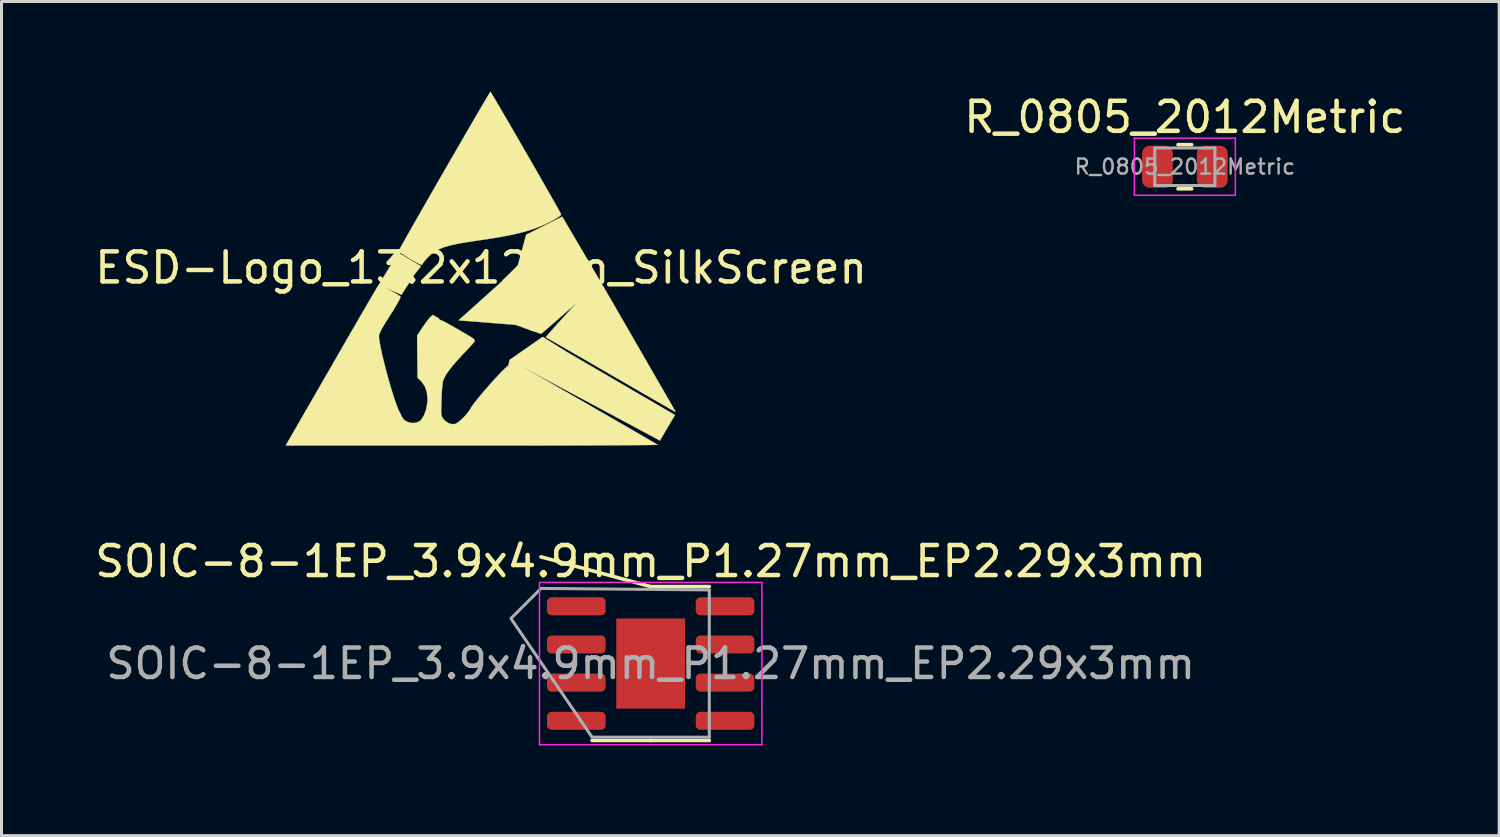
<source format=kicad_pcb>
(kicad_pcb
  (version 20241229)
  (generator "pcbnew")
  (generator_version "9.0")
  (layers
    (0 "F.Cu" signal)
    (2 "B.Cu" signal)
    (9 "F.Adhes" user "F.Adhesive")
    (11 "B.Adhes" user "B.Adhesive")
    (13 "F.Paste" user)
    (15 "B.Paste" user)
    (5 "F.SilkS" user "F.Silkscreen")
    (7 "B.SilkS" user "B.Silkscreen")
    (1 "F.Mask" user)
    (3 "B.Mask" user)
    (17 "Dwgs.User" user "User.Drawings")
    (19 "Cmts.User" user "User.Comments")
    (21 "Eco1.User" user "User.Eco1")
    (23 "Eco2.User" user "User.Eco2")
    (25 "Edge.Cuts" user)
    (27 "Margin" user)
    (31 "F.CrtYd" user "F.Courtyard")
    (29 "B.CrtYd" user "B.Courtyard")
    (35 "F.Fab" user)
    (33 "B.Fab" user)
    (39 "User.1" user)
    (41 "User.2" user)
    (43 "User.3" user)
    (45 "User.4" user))
  (footprint "R_0805_2012Metric"
    (layer "F.Cu")
    (at 36.375 2.498)
    (property "Reference" "R_0805_2012Metric" (at 0 -1.65 0) (layer "F.SilkS") (effects (font (size 1 1) (thickness 0.15))))
    (attr smd)
    (fp_line (start -0.227 -0.735) (end 0.227 -0.735) (stroke (width 0.12) (type solid)) (layer "F.SilkS"))
    (fp_line (start -0.227 0.735) (end 0.227 0.735) (stroke (width 0.12) (type solid)) (layer "F.SilkS"))
    (fp_line (start -1.68 -0.95) (end 1.68 -0.95) (stroke (width 0.05) (type solid)) (layer "F.CrtYd"))
    (fp_line (start -1.68 0.95) (end -1.68 -0.95) (stroke (width 0.05) (type solid)) (layer "F.CrtYd"))
    (fp_line (start 1.68 -0.95) (end 1.68 0.95) (stroke (width 0.05) (type solid)) (layer "F.CrtYd"))
    (fp_line (start 1.68 0.95) (end -1.68 0.95) (stroke (width 0.05) (type solid)) (layer "F.CrtYd"))
    (fp_line (start -1 -0.625) (end 1 -0.625) (stroke (width 0.1) (type solid)) (layer "F.Fab"))
    (fp_line (start -1 0.625) (end -1 -0.625) (stroke (width 0.1) (type solid)) (layer "F.Fab"))
    (fp_line (start 1 -0.625) (end 1 0.625) (stroke (width 0.1) (type solid)) (layer "F.Fab"))
    (fp_line (start 1 0.625) (end -1 0.625) (stroke (width 0.1) (type solid)) (layer "F.Fab"))
    (fp_text user "${REFERENCE}" (at 0 0 0) (layer "F.Fab") (effects (font (size 0.5 0.5) (thickness 0.08))))
    (pad "1" smd roundrect (at -0.912 0) (size 1.025 1.4) (layers "F.Cu" "F.Mask" "F.Paste") (roundrect_rratio 0.244))
    (pad "2" smd roundrect (at 0.912 0) (size 1.025 1.4) (layers "F.Cu" "F.Mask" "F.Paste") (roundrect_rratio 0.244)))
  (footprint "SOIC-8-1EP_3.9x4.9mm_P1.27mm_EP2.29x3mm"
    (layer "F.Cu")
    (at 18.601 19.029)
    (property "Reference" "SOIC-8-1EP_3.9x4.9mm_P1.27mm_EP2.29x3mm" (at 0 -3.4 0) (layer "F.SilkS") (effects (font (size 1 1) (thickness 0.15))))
    (attr smd)
    (fp_line (start 0 -2.56) (end -3.65 -3.55) (stroke (width 0.12) (type solid)) (layer "F.SilkS"))
    (fp_line (start 0 -2.56) (end 1.95 -2.56) (stroke (width 0.12) (type solid)) (layer "F.SilkS"))
    (fp_line (start 0 2.56) (end -1.95 2.56) (stroke (width 0.12) (type solid)) (layer "F.SilkS"))
    (fp_line (start 0 2.56) (end 1.95 2.56) (stroke (width 0.12) (type solid)) (layer "F.SilkS"))
    (fp_line (start -3.7 -2.7) (end -3.7 2.7) (stroke (width 0.05) (type solid)) (layer "F.CrtYd"))
    (fp_line (start -3.7 2.7) (end 3.7 2.7) (stroke (width 0.05) (type solid)) (layer "F.CrtYd"))
    (fp_line (start 3.7 -2.7) (end -3.7 -2.7) (stroke (width 0.05) (type solid)) (layer "F.CrtYd"))
    (fp_line (start 3.7 2.7) (end 3.7 -2.7) (stroke (width 0.05) (type solid)) (layer "F.CrtYd"))
    (fp_line (start -4.625 -1.525) (end -3.65 -2.5) (stroke (width 0.1) (type solid)) (layer "F.Fab"))
    (fp_line (start -3.65 -2.5) (end 1.95 -2.45) (stroke (width 0.1) (type solid)) (layer "F.Fab"))
    (fp_line (start -1.95 2.45) (end -4.65 -1.5) (stroke (width 0.1) (type solid)) (layer "F.Fab"))
    (fp_line (start 1.95 -2.45) (end 1.95 2.45) (stroke (width 0.1) (type solid)) (layer "F.Fab"))
    (fp_line (start 1.95 2.45) (end -1.95 2.45) (stroke (width 0.1) (type solid)) (layer "F.Fab"))
    (fp_text user "${REFERENCE}" (at 0 0 0) (layer "F.Fab") (effects (font (size 0.98 0.98) (thickness 0.15))))
    (pad "" smd roundrect (at -0.57 -0.75) (size 0.92 1.21) (layers "F.Paste") (roundrect_rratio 0.25))
    (pad "" smd roundrect (at -0.57 0.75) (size 0.92 1.21) (layers "F.Paste") (roundrect_rratio 0.25))
    (pad "" smd roundrect (at 0.57 -0.75) (size 0.92 1.21) (layers "F.Paste") (roundrect_rratio 0.25))
    (pad "" smd roundrect (at 0.57 0.75) (size 0.92 1.21) (layers "F.Paste") (roundrect_rratio 0.25))
    (pad "1" smd roundrect (at -2.475 -1.905) (size 1.95 0.6) (layers "F.Cu" "F.Mask" "F.Paste") (roundrect_rratio 0.25))
    (pad "2" smd roundrect (at -2.475 -0.635) (size 1.95 0.6) (layers "F.Cu" "F.Mask" "F.Paste") (roundrect_rratio 0.25))
    (pad "3" smd roundrect (at -2.475 0.635) (size 1.95 0.6) (layers "F.Cu" "F.Mask" "F.Paste") (roundrect_rratio 0.25))
    (pad "4" smd roundrect (at -2.475 1.905) (size 1.95 0.6) (layers "F.Cu" "F.Mask" "F.Paste") (roundrect_rratio 0.25))
    (pad "5" smd roundrect (at 2.475 1.905) (size 1.95 0.6) (layers "F.Cu" "F.Mask" "F.Paste") (roundrect_rratio 0.25))
    (pad "6" smd roundrect (at 2.475 0.635) (size 1.95 0.6) (layers "F.Cu" "F.Mask" "F.Paste") (roundrect_rratio 0.25))
    (pad "7" smd roundrect (at 2.475 -0.635) (size 1.95 0.6) (layers "F.Cu" "F.Mask" "F.Paste") (roundrect_rratio 0.25))
    (pad "8" smd roundrect (at 2.475 -1.905) (size 1.95 0.6) (layers "F.Cu" "F.Mask" "F.Paste") (roundrect_rratio 0.25))
    (pad "9" smd rect (at 0 0) (size 2.29 3) (layers "F.Cu" "F.Mask")))
  (footprint "ESD-Logo_13.2x12mm_SilkScreen"
    (layer "F.Cu")
    (at 12.958 5.859)
    (property "Reference" "ESD-Logo_13.2x12mm_SilkScreen" (at 0 0 0) (layer "F.SilkS") (effects (font (size 1 1) (thickness 0.15))))
    (attr exclude_from_pos_files exclude_from_bom)
    (fp_poly (pts (xy 3.975 0.469) (xy 3.998 0.507) (xy 4.049 0.595) (xy 4.126 0.727) (xy 4.226 0.9) (xy 4.348 1.109) (xy 4.487 1.35) (xy 4.642 1.619) (xy 4.811 1.91) (xy 4.99 2.221) (xy 5.174 2.54) (xy 5.362 2.866) (xy 5.543 3.179) (xy 5.713 3.475) (xy 5.871 3.748) (xy 6.014 3.995) (xy 6.138 4.211) (xy 6.242 4.391) (xy 6.322 4.53) (xy 6.377 4.625) (xy 6.403 4.67) (xy 6.445 4.745) (xy 6.468 4.792) (xy 6.469 4.8) (xy 6.441 4.784) (xy 6.364 4.74) (xy 6.241 4.67) (xy 6.077 4.575) (xy 5.875 4.459) (xy 5.64 4.324) (xy 5.375 4.171) (xy 5.085 4.003) (xy 4.774 3.824) (xy 4.446 3.634) (xy 4.321 3.561) (xy 3.987 3.368) (xy 3.668 3.184) (xy 3.369 3.011) (xy 3.093 2.852) (xy 2.844 2.709) (xy 2.628 2.584) (xy 2.447 2.48) (xy 2.306 2.399) (xy 2.208 2.344) (xy 2.159 2.317) (xy 2.154 2.314) (xy 2.169 2.29) (xy 2.221 2.228) (xy 2.305 2.131) (xy 2.415 2.007) (xy 2.547 1.861) (xy 2.694 1.699) (xy 2.852 1.526) (xy 3.015 1.349) (xy 3.179 1.172) (xy 2 2.2) (xy 1.7 2.1) (xy 1.15 1.9) (xy -0.75 1.75) (xy 1.2 0) (xy 1.5 -1.1) (xy 2.7 -1.7) (xy 3.975 0.469)) (stroke (width 0.01) (type solid)) (fill yes) (layer "F.SilkS"))
    (fp_poly (pts (xy 0.328 -5.828) (xy 0.374 -5.754) (xy 0.445 -5.635) (xy 0.538 -5.478) (xy 0.65 -5.287) (xy 0.778 -5.067) (xy 0.92 -4.825) (xy 1.071 -4.563) (xy 1.231 -4.288) (xy 1.394 -4.005) (xy 1.56 -3.718) (xy 1.724 -3.433) (xy 1.884 -3.155) (xy 2.037 -2.888) (xy 2.179 -2.638) (xy 2.309 -2.411) (xy 2.423 -2.21) (xy 2.519 -2.04) (xy 2.592 -1.908) (xy 2.641 -1.818) (xy 2.663 -1.775) (xy 2.664 -1.773) (xy 2.637 -1.736) (xy 2.562 -1.68) (xy 2.448 -1.611) (xy 2.305 -1.532) (xy 2.154 -1.458) (xy 1.949 -1.368) (xy 1.734 -1.288) (xy 1.5 -1.214) (xy 1.241 -1.146) (xy 0.949 -1.082) (xy 0.617 -1.02) (xy 0.238 -0.958) (xy -0.155 -0.9) (xy -0.496 -0.848) (xy -0.783 -0.798) (xy -1.022 -0.745) (xy -1.221 -0.687) (xy -1.386 -0.623) (xy -1.526 -0.549) (xy -1.647 -0.463) (xy -1.756 -0.362) (xy -1.792 -0.325) (xy -1.868 -0.238) (xy -1.925 -0.167) (xy -1.951 -0.125) (xy -1.951 -0.121) (xy -1.961 -0.1) (xy -1.992 -0.1) (xy -2.053 -0.123) (xy -2.15 -0.173) (xy -2.289 -0.252) (xy -2.385 -0.309) (xy -2.529 -0.398) (xy -2.641 -0.473) (xy -2.713 -0.531) (xy -2.738 -0.565) (xy -2.738 -0.565) (xy -2.722 -0.598) (xy -2.678 -0.679) (xy -2.608 -0.805) (xy -2.515 -0.97) (xy -2.401 -1.172) (xy -2.269 -1.404) (xy -2.122 -1.663) (xy -1.961 -1.944) (xy -1.79 -2.243) (xy -1.61 -2.555) (xy -1.426 -2.877) (xy -1.238 -3.203) (xy -1.05 -3.529) (xy -0.864 -3.85) (xy -0.683 -4.163) (xy -0.51 -4.463) (xy -0.346 -4.745) (xy -0.195 -5.005) (xy -0.058 -5.238) (xy 0.06 -5.441) (xy 0.159 -5.608) (xy 0.235 -5.736) (xy 0.286 -5.819) (xy 0.309 -5.854) (xy 0.31 -5.854) (xy 0.328 -5.828)) (stroke (width 0.01) (type solid)) (fill yes) (layer "F.SilkS"))
    (fp_poly (pts (xy -2.2 0.2) (xy -2.65 0.9) (xy -3.192 0.657) (xy -3.049 0.736) (xy -3.038 0.742) (xy -2.907 0.817) (xy -2.796 0.883) (xy -2.717 0.932) (xy -2.68 0.96) (xy -2.679 0.961) (xy -2.688 0.999) (xy -2.729 1.083) (xy -2.8 1.21) (xy -2.897 1.374) (xy -3.019 1.57) (xy -3.162 1.795) (xy -3.197 1.85) (xy -3.29 2.003) (xy -3.357 2.135) (xy -3.394 2.234) (xy -3.397 2.253) (xy -3.396 2.339) (xy -3.377 2.474) (xy -3.344 2.652) (xy -3.299 2.862) (xy -3.243 3.096) (xy -3.18 3.345) (xy -3.112 3.601) (xy -3.04 3.855) (xy -2.968 4.098) (xy -2.898 4.322) (xy -2.831 4.518) (xy -2.771 4.676) (xy -2.729 4.77) (xy -2.679 4.87) (xy -2.633 4.966) (xy -2.63 4.972) (xy -2.553 5.068) (xy -2.44 5.134) (xy -2.308 5.165) (xy -2.175 5.16) (xy -2.058 5.116) (xy -1.991 5.059) (xy -1.896 4.901) (xy -1.827 4.705) (xy -1.788 4.49) (xy -1.783 4.368) (xy -1.805 4.14) (xy -1.869 3.951) (xy -1.979 3.793) (xy -2.013 3.757) (xy -2.115 3.658) (xy -2.129 2.259) (xy -1.95 1.989) (xy -1.867 1.867) (xy -1.786 1.757) (xy -1.72 1.675) (xy -1.692 1.644) (xy -1.611 1.57) (xy -1.503 1.628) (xy -1.434 1.67) (xy -1.396 1.703) (xy -1.394 1.709) (xy -1.368 1.733) (xy -1.324 1.752) (xy -1.282 1.769) (xy -1.217 1.8) (xy -1.123 1.85) (xy -0.996 1.921) (xy -0.83 2.016) (xy -0.619 2.139) (xy -0.504 2.206) (xy -0.369 2.286) (xy -0.28 2.343) (xy -0.23 2.384) (xy -0.211 2.415) (xy -0.215 2.443) (xy -0.218 2.45) (xy -0.249 2.491) (xy -0.316 2.567) (xy -0.41 2.671) (xy -0.524 2.794) (xy -0.623 2.898) (xy -0.85 3.145) (xy -1.028 3.359) (xy -1.158 3.542) (xy -1.241 3.697) (xy -1.27 3.776) (xy -1.281 3.844) (xy -1.293 3.962) (xy -1.305 4.114) (xy -1.314 4.288) (xy -1.319 4.399) (xy -1.325 4.589) (xy -1.328 4.728) (xy -1.326 4.827) (xy -1.32 4.896) (xy -1.307 4.945) (xy -1.287 4.987) (xy -1.272 5.012) (xy -1.183 5.109) (xy -1.069 5.177) (xy -0.949 5.207) (xy -0.858 5.196) (xy -0.777 5.15) (xy -0.675 5.067) (xy -0.566 4.962) (xy -0.465 4.849) (xy -0.387 4.743) (xy -0.358 4.692) (xy -0.315 4.622) (xy -0.236 4.515) (xy -0.13 4.38) (xy -0.002 4.224) (xy 0.139 4.058) (xy 0.288 3.887) (xy 0.435 3.722) (xy 0.575 3.571) (xy 0.7 3.441) (xy 0.799 3.345) (xy 0.908 3.25) (xy 0.95 3.065) (xy 2.05 2.3) (xy 2.85 2.8) (xy 6.45 4.9) (xy 5.95 5.75) (xy 1.325 3.27) (xy 1.49 3.364) (xy 1.691 3.478) (xy 1.921 3.609) (xy 2.176 3.755) (xy 2.452 3.914) (xy 2.744 4.081) (xy 3.048 4.255) (xy 3.358 4.433) (xy 3.669 4.613) (xy 3.978 4.79) (xy 4.279 4.964) (xy 4.568 5.131) (xy 4.839 5.288) (xy 5.089 5.433) (xy 5.313 5.562) (xy 5.505 5.674) (xy 5.662 5.766) (xy 5.777 5.834) (xy 5.848 5.877) (xy 5.868 5.89) (xy 5.841 5.893) (xy 5.754 5.895) (xy 5.611 5.898) (xy 5.415 5.9) (xy 5.169 5.902) (xy 4.875 5.904) (xy 4.536 5.906) (xy 4.156 5.908) (xy 3.736 5.91) (xy 3.281 5.911) (xy 2.792 5.913) (xy 2.274 5.914) (xy 1.728 5.915) (xy 1.157 5.916) (xy 0.565 5.916) (xy -0.046 5.916) (xy -0.302 5.916) (xy -6.502 5.916) (xy -6.06 5.15) (xy -5.966 4.987) (xy -5.846 4.778) (xy -5.702 4.53) (xy -5.54 4.248) (xy -5.363 3.941) (xy -5.176 3.615) (xy -4.981 3.278) (xy -4.784 2.935) (xy -4.588 2.595) (xy -4.538 2.509) (xy -4.358 2.196) (xy -4.185 1.898) (xy -4.024 1.619) (xy -3.876 1.365) (xy -3.745 1.139) (xy -3.632 0.946) (xy -3.54 0.79) (xy -3.473 0.677) (xy -3.432 0.609) (xy -3.42 0.592) (xy -2.75 -0.5) (xy -2 -0.05)) (stroke (width 0.01) (type solid)) (fill yes) (layer "F.SilkS")))
  (gr_rect
    (start -3 -3)
    (end 46.833 24.754)
    (stroke (width 0.1) (type default))
    (fill no)
    (layer "Edge.Cuts")))
</source>
